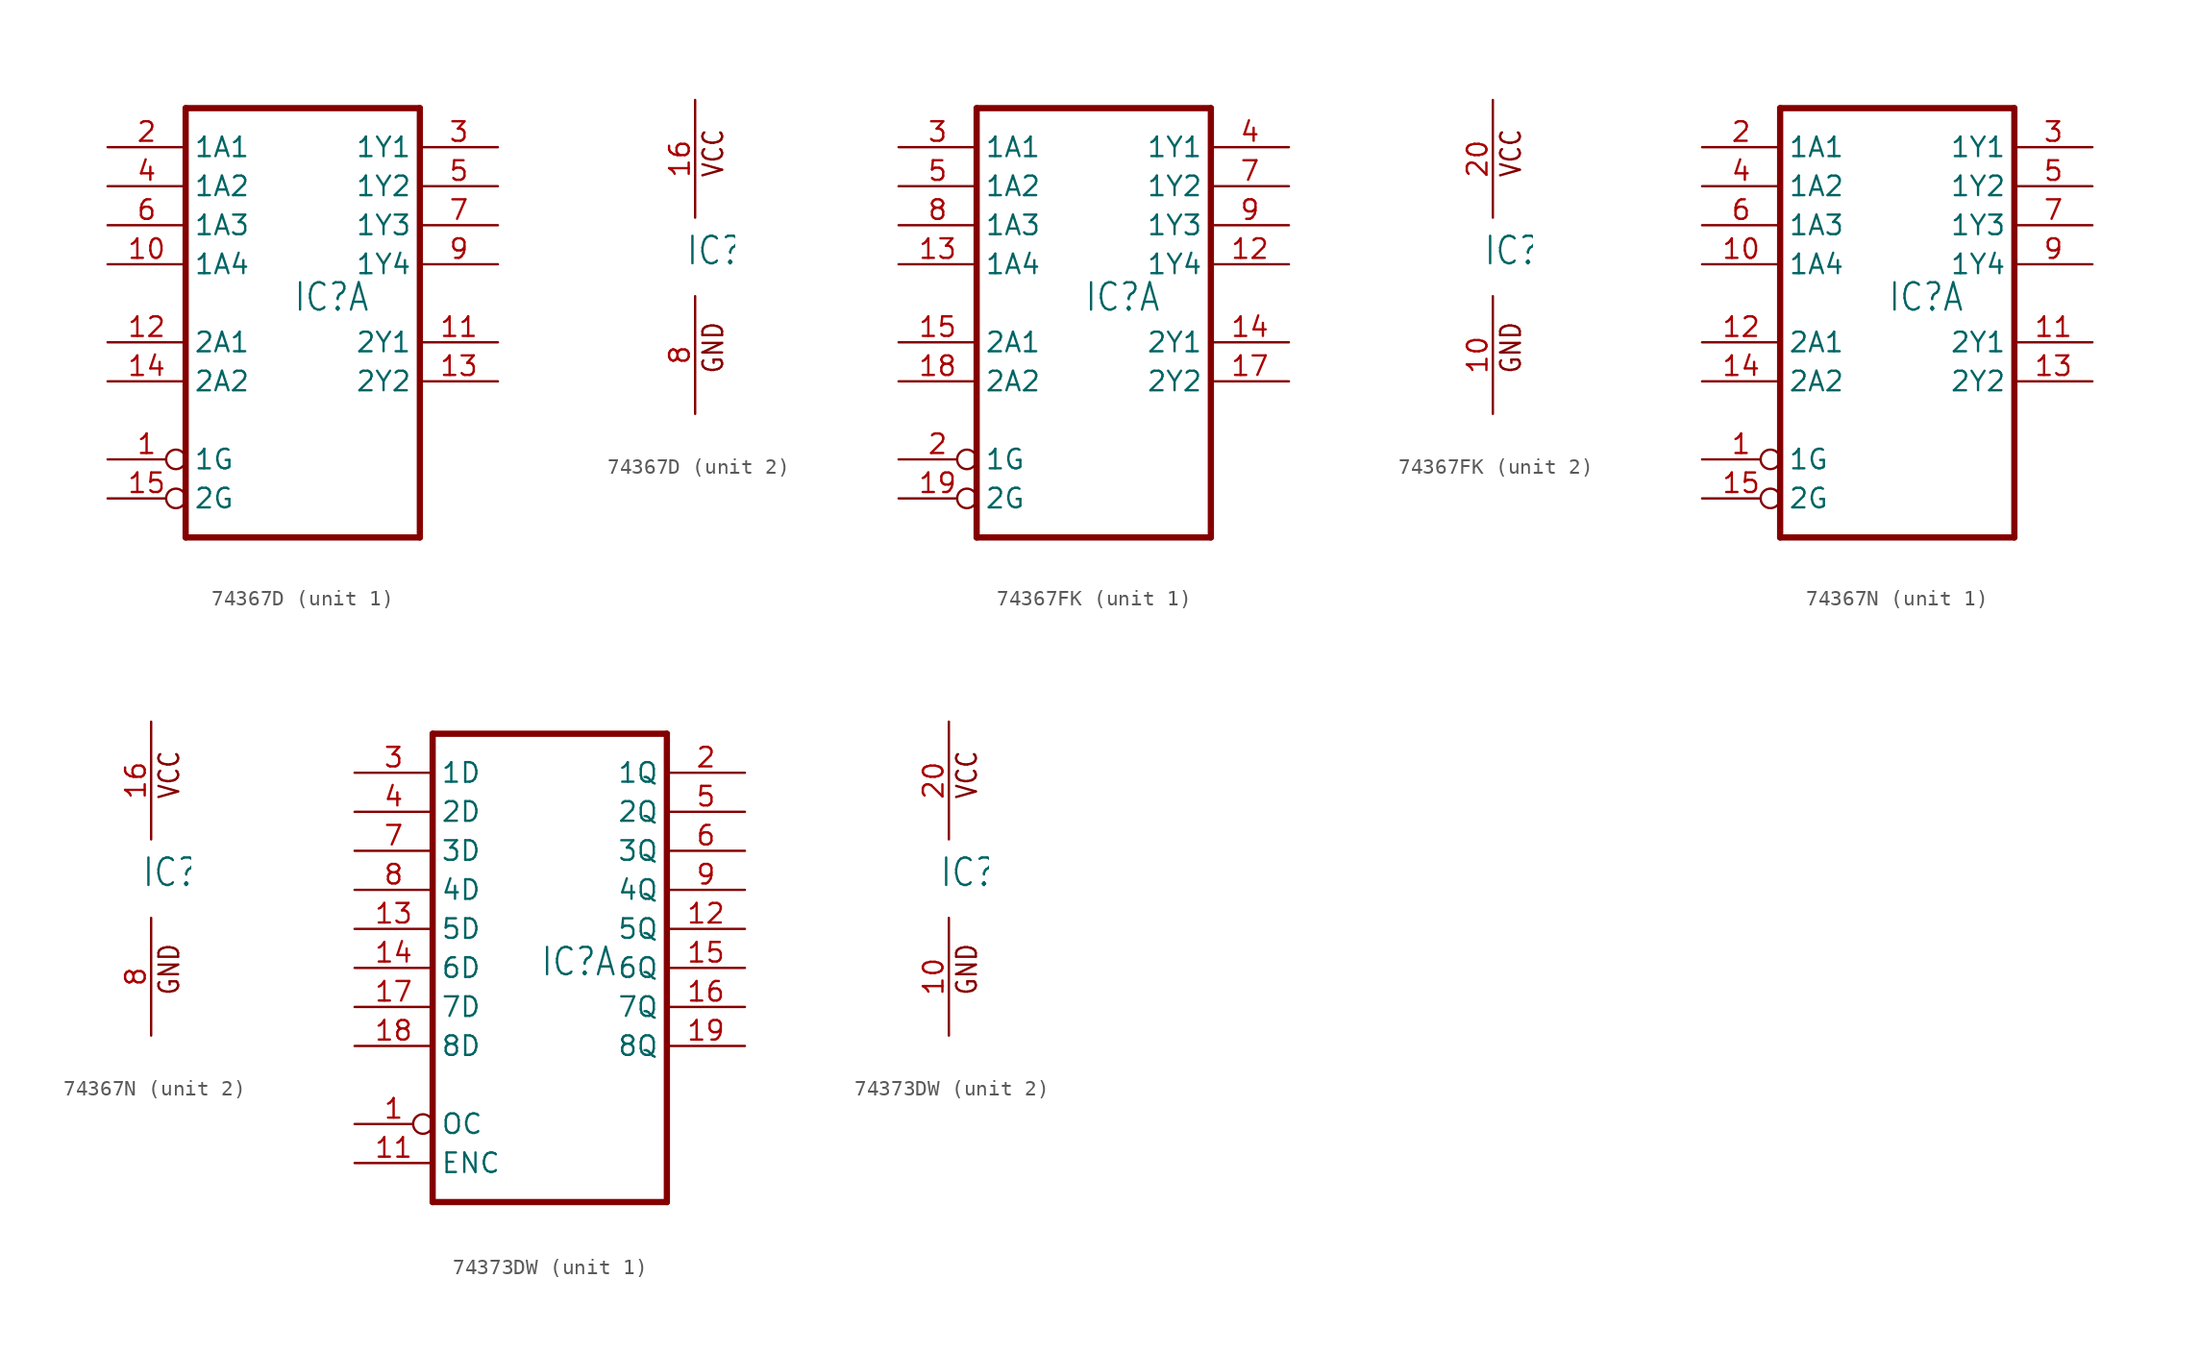
<source format=kicad_sym>
(kicad_symbol_lib
  (version 20220914)
  (generator kicad_symbol_editor)
  (symbol "74367D"
    (property "Reference" "IC"
      (at -0.635 -0.635 0)
      (effects (font (size 1.778 1.511)) (justify left bottom)))
    (property "ki_locked" ""
      (at 0 0 0)
      (effects (font (size 1.27 1.27))))
    (symbol "74367D_1_0"
      (polyline (pts (xy -7.62 -15.24) (xy 7.62 -15.24)) (stroke (width 0.406) (type default)) (fill (type none)))
      (polyline (pts (xy -7.62 12.7) (xy -7.62 -15.24)) (stroke (width 0.406) (type default)) (fill (type none)))
      (polyline (pts (xy 7.62 -15.24) (xy 7.62 12.7)) (stroke (width 0.406) (type default)) (fill (type none)))
      (polyline (pts (xy 7.62 12.7) (xy -7.62 12.7)) (stroke (width 0.406) (type default)) (fill (type none)))
      (pin input inverted (at -12.7 -10.16 0) (length 5.08) (name "1G" (effects (font (size 1.27 1.27)))) (number "1" (effects (font (size 1.27 1.27)))))
      (pin input line (at -12.7 2.54 0) (length 5.08) (name "1A4" (effects (font (size 1.27 1.27)))) (number "10" (effects (font (size 1.27 1.27)))))
      (pin tri_state line (at 12.7 -2.54 180) (length 5.08) (name "2Y1" (effects (font (size 1.27 1.27)))) (number "11" (effects (font (size 1.27 1.27)))))
      (pin input line (at -12.7 -2.54 0) (length 5.08) (name "2A1" (effects (font (size 1.27 1.27)))) (number "12" (effects (font (size 1.27 1.27)))))
      (pin tri_state line (at 12.7 -5.08 180) (length 5.08) (name "2Y2" (effects (font (size 1.27 1.27)))) (number "13" (effects (font (size 1.27 1.27)))))
      (pin input line (at -12.7 -5.08 0) (length 5.08) (name "2A2" (effects (font (size 1.27 1.27)))) (number "14" (effects (font (size 1.27 1.27)))))
      (pin input inverted (at -12.7 -12.7 0) (length 5.08) (name "2G" (effects (font (size 1.27 1.27)))) (number "15" (effects (font (size 1.27 1.27)))))
      (pin input line (at -12.7 10.16 0) (length 5.08) (name "1A1" (effects (font (size 1.27 1.27)))) (number "2" (effects (font (size 1.27 1.27)))))
      (pin tri_state line (at 12.7 10.16 180) (length 5.08) (name "1Y1" (effects (font (size 1.27 1.27)))) (number "3" (effects (font (size 1.27 1.27)))))
      (pin input line (at -12.7 7.62 0) (length 5.08) (name "1A2" (effects (font (size 1.27 1.27)))) (number "4" (effects (font (size 1.27 1.27)))))
      (pin tri_state line (at 12.7 7.62 180) (length 5.08) (name "1Y2" (effects (font (size 1.27 1.27)))) (number "5" (effects (font (size 1.27 1.27)))))
      (pin input line (at -12.7 5.08 0) (length 5.08) (name "1A3" (effects (font (size 1.27 1.27)))) (number "6" (effects (font (size 1.27 1.27)))))
      (pin tri_state line (at 12.7 5.08 180) (length 5.08) (name "1Y3" (effects (font (size 1.27 1.27)))) (number "7" (effects (font (size 1.27 1.27)))))
      (pin tri_state line (at 12.7 2.54 180) (length 5.08) (name "1Y4" (effects (font (size 1.27 1.27)))) (number "9" (effects (font (size 1.27 1.27))))))
    (symbol "74367D_2_0"
      (text "GND" (at 1.905 -7.62 900) (effects (font (size 1.27 1.079)) (justify left bottom)))
      (text "VCC" (at 1.905 5.08 900) (effects (font (size 1.27 1.079)) (justify left bottom)))
      (pin power_in line (at 0 10.16 270) (length 7.62) (name "VCC" (effects (font (size 0 0)))) (number "16" (effects (font (size 1.27 1.27)))))
      (pin power_in line (at 0 -10.16 90) (length 7.62) (name "GND" (effects (font (size 0 0)))) (number "8" (effects (font (size 1.27 1.27)))))))
  (symbol "74367FK"
    (property "Reference" "IC"
      (at -0.635 -0.635 0)
      (effects (font (size 1.778 1.511)) (justify left bottom)))
    (property "ki_locked" ""
      (at 0 0 0)
      (effects (font (size 1.27 1.27))))
    (symbol "74367FK_1_0"
      (polyline (pts (xy -7.62 -15.24) (xy 7.62 -15.24)) (stroke (width 0.406) (type default)) (fill (type none)))
      (polyline (pts (xy -7.62 12.7) (xy -7.62 -15.24)) (stroke (width 0.406) (type default)) (fill (type none)))
      (polyline (pts (xy 7.62 -15.24) (xy 7.62 12.7)) (stroke (width 0.406) (type default)) (fill (type none)))
      (polyline (pts (xy 7.62 12.7) (xy -7.62 12.7)) (stroke (width 0.406) (type default)) (fill (type none)))
      (pin tri_state line (at 12.7 2.54 180) (length 5.08) (name "1Y4" (effects (font (size 1.27 1.27)))) (number "12" (effects (font (size 1.27 1.27)))))
      (pin input line (at -12.7 2.54 0) (length 5.08) (name "1A4" (effects (font (size 1.27 1.27)))) (number "13" (effects (font (size 1.27 1.27)))))
      (pin tri_state line (at 12.7 -2.54 180) (length 5.08) (name "2Y1" (effects (font (size 1.27 1.27)))) (number "14" (effects (font (size 1.27 1.27)))))
      (pin input line (at -12.7 -2.54 0) (length 5.08) (name "2A1" (effects (font (size 1.27 1.27)))) (number "15" (effects (font (size 1.27 1.27)))))
      (pin tri_state line (at 12.7 -5.08 180) (length 5.08) (name "2Y2" (effects (font (size 1.27 1.27)))) (number "17" (effects (font (size 1.27 1.27)))))
      (pin input line (at -12.7 -5.08 0) (length 5.08) (name "2A2" (effects (font (size 1.27 1.27)))) (number "18" (effects (font (size 1.27 1.27)))))
      (pin input inverted (at -12.7 -12.7 0) (length 5.08) (name "2G" (effects (font (size 1.27 1.27)))) (number "19" (effects (font (size 1.27 1.27)))))
      (pin input inverted (at -12.7 -10.16 0) (length 5.08) (name "1G" (effects (font (size 1.27 1.27)))) (number "2" (effects (font (size 1.27 1.27)))))
      (pin input line (at -12.7 10.16 0) (length 5.08) (name "1A1" (effects (font (size 1.27 1.27)))) (number "3" (effects (font (size 1.27 1.27)))))
      (pin tri_state line (at 12.7 10.16 180) (length 5.08) (name "1Y1" (effects (font (size 1.27 1.27)))) (number "4" (effects (font (size 1.27 1.27)))))
      (pin input line (at -12.7 7.62 0) (length 5.08) (name "1A2" (effects (font (size 1.27 1.27)))) (number "5" (effects (font (size 1.27 1.27)))))
      (pin tri_state line (at 12.7 7.62 180) (length 5.08) (name "1Y2" (effects (font (size 1.27 1.27)))) (number "7" (effects (font (size 1.27 1.27)))))
      (pin input line (at -12.7 5.08 0) (length 5.08) (name "1A3" (effects (font (size 1.27 1.27)))) (number "8" (effects (font (size 1.27 1.27)))))
      (pin tri_state line (at 12.7 5.08 180) (length 5.08) (name "1Y3" (effects (font (size 1.27 1.27)))) (number "9" (effects (font (size 1.27 1.27))))))
    (symbol "74367FK_2_0"
      (text "GND" (at 1.905 -7.62 900) (effects (font (size 1.27 1.079)) (justify left bottom)))
      (text "VCC" (at 1.905 5.08 900) (effects (font (size 1.27 1.079)) (justify left bottom)))
      (pin power_in line (at 0 -10.16 90) (length 7.62) (name "GND" (effects (font (size 0 0)))) (number "10" (effects (font (size 1.27 1.27)))))
      (pin power_in line (at 0 10.16 270) (length 7.62) (name "VCC" (effects (font (size 0 0)))) (number "20" (effects (font (size 1.27 1.27)))))))
  (symbol "74367N"
    (property "Reference" "IC"
      (at -0.635 -0.635 0)
      (effects (font (size 1.778 1.511)) (justify left bottom)))
    (property "ki_locked" ""
      (at 0 0 0)
      (effects (font (size 1.27 1.27))))
    (symbol "74367N_1_0"
      (polyline (pts (xy -7.62 -15.24) (xy 7.62 -15.24)) (stroke (width 0.406) (type default)) (fill (type none)))
      (polyline (pts (xy -7.62 12.7) (xy -7.62 -15.24)) (stroke (width 0.406) (type default)) (fill (type none)))
      (polyline (pts (xy 7.62 -15.24) (xy 7.62 12.7)) (stroke (width 0.406) (type default)) (fill (type none)))
      (polyline (pts (xy 7.62 12.7) (xy -7.62 12.7)) (stroke (width 0.406) (type default)) (fill (type none)))
      (pin input inverted (at -12.7 -10.16 0) (length 5.08) (name "1G" (effects (font (size 1.27 1.27)))) (number "1" (effects (font (size 1.27 1.27)))))
      (pin input line (at -12.7 2.54 0) (length 5.08) (name "1A4" (effects (font (size 1.27 1.27)))) (number "10" (effects (font (size 1.27 1.27)))))
      (pin tri_state line (at 12.7 -2.54 180) (length 5.08) (name "2Y1" (effects (font (size 1.27 1.27)))) (number "11" (effects (font (size 1.27 1.27)))))
      (pin input line (at -12.7 -2.54 0) (length 5.08) (name "2A1" (effects (font (size 1.27 1.27)))) (number "12" (effects (font (size 1.27 1.27)))))
      (pin tri_state line (at 12.7 -5.08 180) (length 5.08) (name "2Y2" (effects (font (size 1.27 1.27)))) (number "13" (effects (font (size 1.27 1.27)))))
      (pin input line (at -12.7 -5.08 0) (length 5.08) (name "2A2" (effects (font (size 1.27 1.27)))) (number "14" (effects (font (size 1.27 1.27)))))
      (pin input inverted (at -12.7 -12.7 0) (length 5.08) (name "2G" (effects (font (size 1.27 1.27)))) (number "15" (effects (font (size 1.27 1.27)))))
      (pin input line (at -12.7 10.16 0) (length 5.08) (name "1A1" (effects (font (size 1.27 1.27)))) (number "2" (effects (font (size 1.27 1.27)))))
      (pin tri_state line (at 12.7 10.16 180) (length 5.08) (name "1Y1" (effects (font (size 1.27 1.27)))) (number "3" (effects (font (size 1.27 1.27)))))
      (pin input line (at -12.7 7.62 0) (length 5.08) (name "1A2" (effects (font (size 1.27 1.27)))) (number "4" (effects (font (size 1.27 1.27)))))
      (pin tri_state line (at 12.7 7.62 180) (length 5.08) (name "1Y2" (effects (font (size 1.27 1.27)))) (number "5" (effects (font (size 1.27 1.27)))))
      (pin input line (at -12.7 5.08 0) (length 5.08) (name "1A3" (effects (font (size 1.27 1.27)))) (number "6" (effects (font (size 1.27 1.27)))))
      (pin tri_state line (at 12.7 5.08 180) (length 5.08) (name "1Y3" (effects (font (size 1.27 1.27)))) (number "7" (effects (font (size 1.27 1.27)))))
      (pin tri_state line (at 12.7 2.54 180) (length 5.08) (name "1Y4" (effects (font (size 1.27 1.27)))) (number "9" (effects (font (size 1.27 1.27))))))
    (symbol "74367N_2_0"
      (text "GND" (at 1.905 -7.62 900) (effects (font (size 1.27 1.079)) (justify left bottom)))
      (text "VCC" (at 1.905 5.08 900) (effects (font (size 1.27 1.079)) (justify left bottom)))
      (pin power_in line (at 0 10.16 270) (length 7.62) (name "VCC" (effects (font (size 0 0)))) (number "16" (effects (font (size 1.27 1.27)))))
      (pin power_in line (at 0 -10.16 90) (length 7.62) (name "GND" (effects (font (size 0 0)))) (number "8" (effects (font (size 1.27 1.27)))))))
  (symbol "74373DW"
    (property "Reference" "IC"
      (at -0.635 -0.635 0)
      (effects (font (size 1.778 1.511)) (justify left bottom)))
    (property "ki_locked" ""
      (at 0 0 0)
      (effects (font (size 1.27 1.27))))
    (symbol "74373DW_1_0"
      (polyline (pts (xy -7.62 -15.24) (xy 7.62 -15.24)) (stroke (width 0.406) (type default)) (fill (type none)))
      (polyline (pts (xy -7.62 15.24) (xy -7.62 -15.24)) (stroke (width 0.406) (type default)) (fill (type none)))
      (polyline (pts (xy 7.62 -15.24) (xy 7.62 15.24)) (stroke (width 0.406) (type default)) (fill (type none)))
      (polyline (pts (xy 7.62 15.24) (xy -7.62 15.24)) (stroke (width 0.406) (type default)) (fill (type none)))
      (pin input inverted (at -12.7 -10.16 0) (length 5.08) (name "OC" (effects (font (size 1.27 1.27)))) (number "1" (effects (font (size 1.27 1.27)))))
      (pin input line (at -12.7 -12.7 0) (length 5.08) (name "ENC" (effects (font (size 1.27 1.27)))) (number "11" (effects (font (size 1.27 1.27)))))
      (pin tri_state line (at 12.7 2.54 180) (length 5.08) (name "5Q" (effects (font (size 1.27 1.27)))) (number "12" (effects (font (size 1.27 1.27)))))
      (pin input line (at -12.7 2.54 0) (length 5.08) (name "5D" (effects (font (size 1.27 1.27)))) (number "13" (effects (font (size 1.27 1.27)))))
      (pin input line (at -12.7 0 0) (length 5.08) (name "6D" (effects (font (size 1.27 1.27)))) (number "14" (effects (font (size 1.27 1.27)))))
      (pin tri_state line (at 12.7 0 180) (length 5.08) (name "6Q" (effects (font (size 1.27 1.27)))) (number "15" (effects (font (size 1.27 1.27)))))
      (pin tri_state line (at 12.7 -2.54 180) (length 5.08) (name "7Q" (effects (font (size 1.27 1.27)))) (number "16" (effects (font (size 1.27 1.27)))))
      (pin input line (at -12.7 -2.54 0) (length 5.08) (name "7D" (effects (font (size 1.27 1.27)))) (number "17" (effects (font (size 1.27 1.27)))))
      (pin input line (at -12.7 -5.08 0) (length 5.08) (name "8D" (effects (font (size 1.27 1.27)))) (number "18" (effects (font (size 1.27 1.27)))))
      (pin tri_state line (at 12.7 -5.08 180) (length 5.08) (name "8Q" (effects (font (size 1.27 1.27)))) (number "19" (effects (font (size 1.27 1.27)))))
      (pin tri_state line (at 12.7 12.7 180) (length 5.08) (name "1Q" (effects (font (size 1.27 1.27)))) (number "2" (effects (font (size 1.27 1.27)))))
      (pin input line (at -12.7 12.7 0) (length 5.08) (name "1D" (effects (font (size 1.27 1.27)))) (number "3" (effects (font (size 1.27 1.27)))))
      (pin input line (at -12.7 10.16 0) (length 5.08) (name "2D" (effects (font (size 1.27 1.27)))) (number "4" (effects (font (size 1.27 1.27)))))
      (pin tri_state line (at 12.7 10.16 180) (length 5.08) (name "2Q" (effects (font (size 1.27 1.27)))) (number "5" (effects (font (size 1.27 1.27)))))
      (pin tri_state line (at 12.7 7.62 180) (length 5.08) (name "3Q" (effects (font (size 1.27 1.27)))) (number "6" (effects (font (size 1.27 1.27)))))
      (pin input line (at -12.7 7.62 0) (length 5.08) (name "3D" (effects (font (size 1.27 1.27)))) (number "7" (effects (font (size 1.27 1.27)))))
      (pin input line (at -12.7 5.08 0) (length 5.08) (name "4D" (effects (font (size 1.27 1.27)))) (number "8" (effects (font (size 1.27 1.27)))))
      (pin tri_state line (at 12.7 5.08 180) (length 5.08) (name "4Q" (effects (font (size 1.27 1.27)))) (number "9" (effects (font (size 1.27 1.27))))))
    (symbol "74373DW_2_0"
      (text "GND" (at 1.905 -7.62 900) (effects (font (size 1.27 1.079)) (justify left bottom)))
      (text "VCC" (at 1.905 5.08 900) (effects (font (size 1.27 1.079)) (justify left bottom)))
      (pin power_in line (at 0 -10.16 90) (length 7.62) (name "GND" (effects (font (size 0 0)))) (number "10" (effects (font (size 1.27 1.27)))))
      (pin power_in line (at 0 10.16 270) (length 7.62) (name "VCC" (effects (font (size 0 0)))) (number "20" (effects (font (size 1.27 1.27))))))))
</source>
